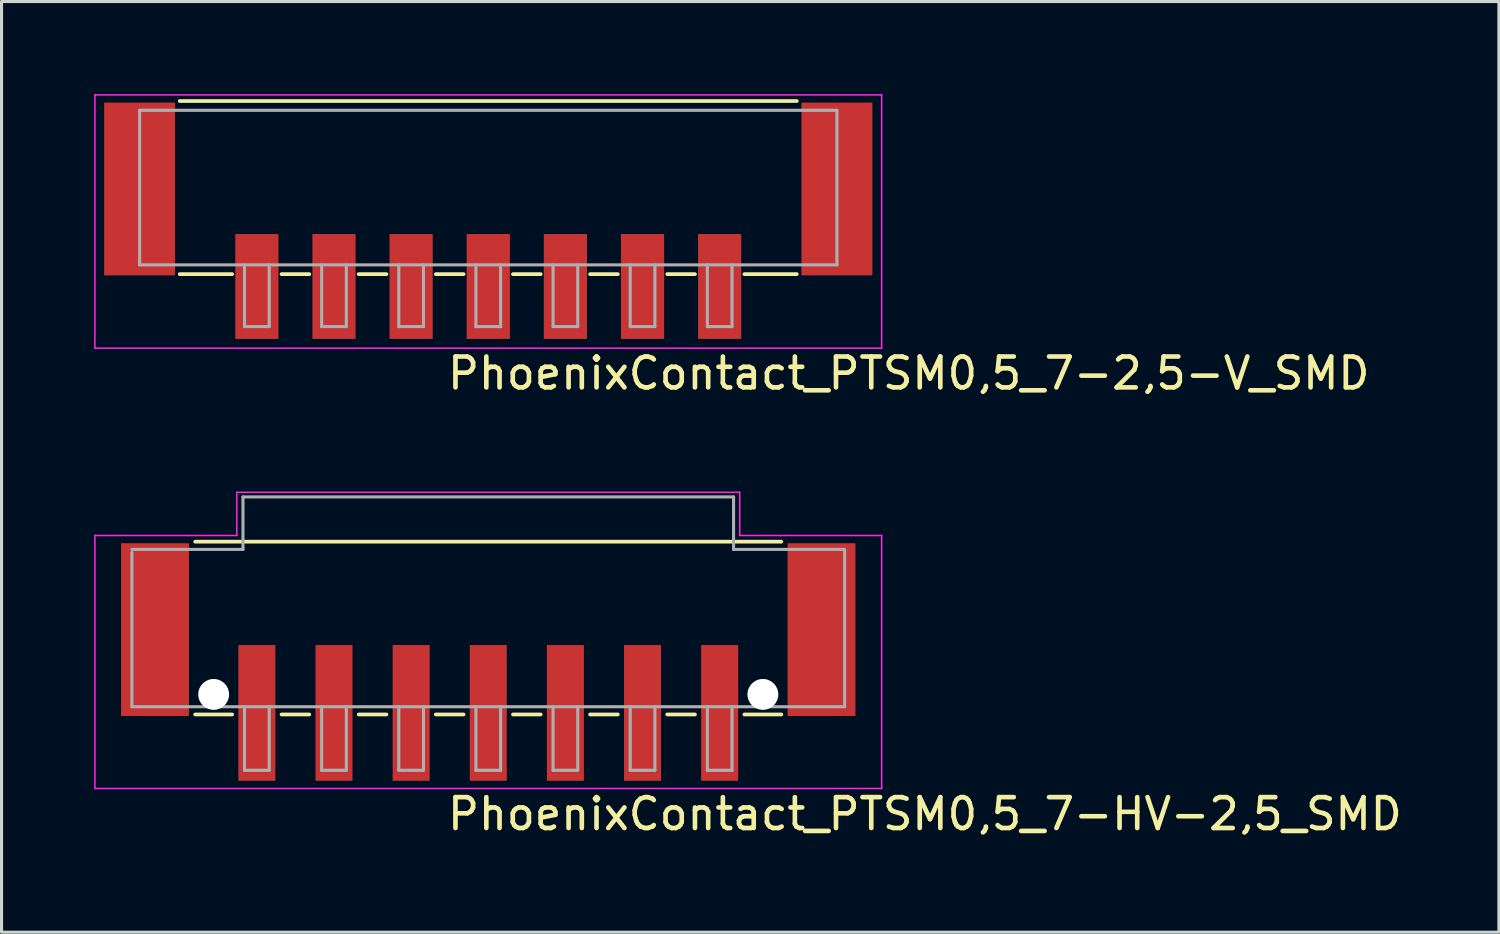
<source format=kicad_pcb>
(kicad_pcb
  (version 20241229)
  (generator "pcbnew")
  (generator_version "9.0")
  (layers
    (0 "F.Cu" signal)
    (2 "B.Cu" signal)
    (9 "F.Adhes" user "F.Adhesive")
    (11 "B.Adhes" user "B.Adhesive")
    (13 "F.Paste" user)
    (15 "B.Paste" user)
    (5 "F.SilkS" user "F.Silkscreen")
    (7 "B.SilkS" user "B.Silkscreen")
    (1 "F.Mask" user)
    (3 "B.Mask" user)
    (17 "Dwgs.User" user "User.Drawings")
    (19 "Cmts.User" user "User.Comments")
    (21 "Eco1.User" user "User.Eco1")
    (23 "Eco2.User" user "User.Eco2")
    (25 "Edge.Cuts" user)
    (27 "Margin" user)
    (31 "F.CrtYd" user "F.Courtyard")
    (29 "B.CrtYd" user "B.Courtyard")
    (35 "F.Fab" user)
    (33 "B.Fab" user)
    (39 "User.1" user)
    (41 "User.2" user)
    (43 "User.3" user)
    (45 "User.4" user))
  (footprint "PhoenixContact_PTSM0,5_7-2,5-V_SMD"
    (layer "F.Cu")
    (at 12.775 4.655)
    (property "Reference" "PhoenixContact_PTSM0,5_7-2,5-V_SMD" (at -1.4 4.98 0) (layer "F.SilkS") (effects (font (size 1 1) (thickness 0.15)) (justify left bottom)))
    (attr smd)
    (fp_line (start -10 -4.43) (end 10 -4.43) (stroke (width 0.12) (type solid)) (layer "F.SilkS"))
    (fp_line (start -8.3 1.18) (end -10 1.18) (stroke (width 0.12) (type solid)) (layer "F.SilkS"))
    (fp_line (start -5.8 1.18) (end -6.7 1.18) (stroke (width 0.12) (type solid)) (layer "F.SilkS"))
    (fp_line (start -3.3 1.18) (end -4.2 1.18) (stroke (width 0.12) (type solid)) (layer "F.SilkS"))
    (fp_line (start -0.8 1.18) (end -1.7 1.18) (stroke (width 0.12) (type solid)) (layer "F.SilkS"))
    (fp_line (start 1.7 1.18) (end 0.8 1.18) (stroke (width 0.12) (type solid)) (layer "F.SilkS"))
    (fp_line (start 4.2 1.18) (end 3.3 1.18) (stroke (width 0.12) (type solid)) (layer "F.SilkS"))
    (fp_line (start 6.7 1.18) (end 5.8 1.18) (stroke (width 0.12) (type solid)) (layer "F.SilkS"))
    (fp_line (start 10 1.18) (end 8.3 1.18) (stroke (width 0.12) (type solid)) (layer "F.SilkS"))
    (fp_line (start -12.75 -4.63) (end 12.75 -4.63) (stroke (width 0.05) (type solid)) (layer "F.CrtYd"))
    (fp_line (start -12.75 3.58) (end -12.75 -4.63) (stroke (width 0.05) (type solid)) (layer "F.CrtYd"))
    (fp_line (start 12.75 -4.63) (end 12.75 3.58) (stroke (width 0.05) (type solid)) (layer "F.CrtYd"))
    (fp_line (start 12.75 3.58) (end -12.75 3.58) (stroke (width 0.05) (type solid)) (layer "F.CrtYd"))
    (fp_line (start -11.3 -4.13) (end 11.3 -4.13) (stroke (width 0.1) (type solid)) (layer "F.Fab"))
    (fp_line (start -11.3 0.88) (end -11.3 -4.13) (stroke (width 0.1) (type solid)) (layer "F.Fab"))
    (fp_line (start -7.9 0.88) (end -7.9 2.88) (stroke (width 0.1) (type solid)) (layer "F.Fab"))
    (fp_line (start -7.9 2.88) (end -7.1 2.88) (stroke (width 0.1) (type solid)) (layer "F.Fab"))
    (fp_line (start -7.1 0.88) (end -7.1 2.88) (stroke (width 0.1) (type solid)) (layer "F.Fab"))
    (fp_line (start -5.4 0.88) (end -5.4 2.88) (stroke (width 0.1) (type solid)) (layer "F.Fab"))
    (fp_line (start -5.4 2.88) (end -4.6 2.88) (stroke (width 0.1) (type solid)) (layer "F.Fab"))
    (fp_line (start -4.6 0.88) (end -4.6 2.88) (stroke (width 0.1) (type solid)) (layer "F.Fab"))
    (fp_line (start -2.9 0.88) (end -2.9 2.88) (stroke (width 0.1) (type solid)) (layer "F.Fab"))
    (fp_line (start -2.9 2.88) (end -2.1 2.88) (stroke (width 0.1) (type solid)) (layer "F.Fab"))
    (fp_line (start -2.1 0.88) (end -2.1 2.88) (stroke (width 0.1) (type solid)) (layer "F.Fab"))
    (fp_line (start -0.4 0.88) (end -0.4 2.88) (stroke (width 0.1) (type solid)) (layer "F.Fab"))
    (fp_line (start -0.4 2.88) (end 0.4 2.88) (stroke (width 0.1) (type solid)) (layer "F.Fab"))
    (fp_line (start 0.4 0.88) (end 0.4 2.88) (stroke (width 0.1) (type solid)) (layer "F.Fab"))
    (fp_line (start 2.1 0.88) (end 2.1 2.88) (stroke (width 0.1) (type solid)) (layer "F.Fab"))
    (fp_line (start 2.1 2.88) (end 2.9 2.88) (stroke (width 0.1) (type solid)) (layer "F.Fab"))
    (fp_line (start 2.9 0.88) (end 2.9 2.88) (stroke (width 0.1) (type solid)) (layer "F.Fab"))
    (fp_line (start 4.6 0.88) (end 4.6 2.88) (stroke (width 0.1) (type solid)) (layer "F.Fab"))
    (fp_line (start 4.6 2.88) (end 5.4 2.88) (stroke (width 0.1) (type solid)) (layer "F.Fab"))
    (fp_line (start 5.4 0.88) (end 5.4 2.88) (stroke (width 0.1) (type solid)) (layer "F.Fab"))
    (fp_line (start 7.1 0.88) (end 7.1 2.88) (stroke (width 0.1) (type solid)) (layer "F.Fab"))
    (fp_line (start 7.1 2.88) (end 7.9 2.88) (stroke (width 0.1) (type solid)) (layer "F.Fab"))
    (fp_line (start 7.9 0.88) (end 7.9 2.88) (stroke (width 0.1) (type solid)) (layer "F.Fab"))
    (fp_line (start 11.3 0.88) (end -11.3 0.88) (stroke (width 0.1) (type solid)) (layer "F.Fab"))
    (fp_line (start 11.3 0.88) (end 11.3 -4.13) (stroke (width 0.1) (type solid)) (layer "F.Fab"))
    (pad "" smd rect (at -11.3 -1.58 180) (size 2.3 5.6) (layers "F.Cu" "F.Mask" "F.Paste"))
    (pad "" smd rect (at 11.3 -1.58 180) (size 2.3 5.6) (layers "F.Cu" "F.Mask" "F.Paste"))
    (pad "1" smd rect (at -7.5 1.58 180) (size 1.4 3.4) (layers "F.Cu" "F.Mask" "F.Paste"))
    (pad "2" smd rect (at -5 1.58 180) (size 1.4 3.4) (layers "F.Cu" "F.Mask" "F.Paste"))
    (pad "3" smd rect (at -2.5 1.58 180) (size 1.4 3.4) (layers "F.Cu" "F.Mask" "F.Paste"))
    (pad "4" smd rect (at 0 1.58 180) (size 1.4 3.4) (layers "F.Cu" "F.Mask" "F.Paste"))
    (pad "5" smd rect (at 2.5 1.58 180) (size 1.4 3.4) (layers "F.Cu" "F.Mask" "F.Paste"))
    (pad "6" smd rect (at 5 1.58 180) (size 1.4 3.4) (layers "F.Cu" "F.Mask" "F.Paste"))
    (pad "7" smd rect (at 7.5 1.58 180) (size 1.4 3.4) (layers "F.Cu" "F.Mask" "F.Paste")))
  (footprint "PhoenixContact_PTSM0,5_7-HV-2,5_SMD"
    (layer "F.Cu")
    (at 12.775 18.706)
    (property "Reference" "PhoenixContact_PTSM0,5_7-HV-2,5_SMD" (at -1.4 5.21 0) (layer "F.SilkS") (effects (font (size 1 1) (thickness 0.15)) (justify left bottom)))
    (attr smd)
    (fp_line (start -9.5 -4.2) (end 9.5 -4.2) (stroke (width 0.12) (type solid)) (layer "F.SilkS"))
    (fp_line (start -8.3 1.4) (end -9.5 1.4) (stroke (width 0.12) (type solid)) (layer "F.SilkS"))
    (fp_line (start -5.8 1.4) (end -6.7 1.4) (stroke (width 0.12) (type solid)) (layer "F.SilkS"))
    (fp_line (start -3.3 1.4) (end -4.2 1.4) (stroke (width 0.12) (type solid)) (layer "F.SilkS"))
    (fp_line (start -0.8 1.4) (end -1.7 1.4) (stroke (width 0.12) (type solid)) (layer "F.SilkS"))
    (fp_line (start 1.7 1.4) (end 0.8 1.4) (stroke (width 0.12) (type solid)) (layer "F.SilkS"))
    (fp_line (start 4.2 1.4) (end 3.3 1.4) (stroke (width 0.12) (type solid)) (layer "F.SilkS"))
    (fp_line (start 6.7 1.4) (end 5.8 1.4) (stroke (width 0.12) (type solid)) (layer "F.SilkS"))
    (fp_line (start 9.5 1.4) (end 8.3 1.4) (stroke (width 0.12) (type solid)) (layer "F.SilkS"))
    (fp_line (start -12.75 -4.4) (end -8.15 -4.4) (stroke (width 0.05) (type solid)) (layer "F.CrtYd"))
    (fp_line (start -12.75 3.8) (end -12.75 -4.4) (stroke (width 0.05) (type solid)) (layer "F.CrtYd"))
    (fp_line (start -8.15 -5.8) (end 8.15 -5.8) (stroke (width 0.05) (type solid)) (layer "F.CrtYd"))
    (fp_line (start -8.15 -4.4) (end -8.15 -5.8) (stroke (width 0.05) (type solid)) (layer "F.CrtYd"))
    (fp_line (start 8.15 -4.4) (end 8.15 -5.8) (stroke (width 0.05) (type solid)) (layer "F.CrtYd"))
    (fp_line (start 12.75 -4.4) (end 8.15 -4.4) (stroke (width 0.05) (type solid)) (layer "F.CrtYd"))
    (fp_line (start 12.75 -4.4) (end 12.75 3.8) (stroke (width 0.05) (type solid)) (layer "F.CrtYd"))
    (fp_line (start 12.75 3.8) (end -12.75 3.8) (stroke (width 0.05) (type solid)) (layer "F.CrtYd"))
    (fp_line (start -11.55 -3.95) (end -7.95 -3.95) (stroke (width 0.1) (type solid)) (layer "F.Fab"))
    (fp_line (start -11.55 1.15) (end -11.55 -3.85) (stroke (width 0.1) (type solid)) (layer "F.Fab"))
    (fp_line (start -7.95 -5.65) (end 7.95 -5.65) (stroke (width 0.1) (type solid)) (layer "F.Fab"))
    (fp_line (start -7.95 -3.95) (end -7.95 -5.65) (stroke (width 0.1) (type solid)) (layer "F.Fab"))
    (fp_line (start -7.9 1.15) (end -7.9 3.21) (stroke (width 0.1) (type solid)) (layer "F.Fab"))
    (fp_line (start -7.9 3.21) (end -7.1 3.21) (stroke (width 0.1) (type solid)) (layer "F.Fab"))
    (fp_line (start -7.1 1.15) (end -7.1 3.21) (stroke (width 0.1) (type solid)) (layer "F.Fab"))
    (fp_line (start -5.4 1.15) (end -5.4 3.21) (stroke (width 0.1) (type solid)) (layer "F.Fab"))
    (fp_line (start -5.4 3.21) (end -4.6 3.21) (stroke (width 0.1) (type solid)) (layer "F.Fab"))
    (fp_line (start -4.6 1.15) (end -4.6 3.21) (stroke (width 0.1) (type solid)) (layer "F.Fab"))
    (fp_line (start -2.9 1.15) (end -2.9 3.21) (stroke (width 0.1) (type solid)) (layer "F.Fab"))
    (fp_line (start -2.9 3.21) (end -2.1 3.21) (stroke (width 0.1) (type solid)) (layer "F.Fab"))
    (fp_line (start -2.1 1.15) (end -2.1 3.21) (stroke (width 0.1) (type solid)) (layer "F.Fab"))
    (fp_line (start -0.4 1.15) (end -0.4 3.21) (stroke (width 0.1) (type solid)) (layer "F.Fab"))
    (fp_line (start -0.4 3.21) (end 0.4 3.21) (stroke (width 0.1) (type solid)) (layer "F.Fab"))
    (fp_line (start 0.4 1.15) (end 0.4 3.21) (stroke (width 0.1) (type solid)) (layer "F.Fab"))
    (fp_line (start 2.1 1.15) (end 2.1 3.21) (stroke (width 0.1) (type solid)) (layer "F.Fab"))
    (fp_line (start 2.1 3.21) (end 2.9 3.21) (stroke (width 0.1) (type solid)) (layer "F.Fab"))
    (fp_line (start 2.9 1.15) (end 2.9 3.21) (stroke (width 0.1) (type solid)) (layer "F.Fab"))
    (fp_line (start 4.6 1.15) (end 4.6 3.21) (stroke (width 0.1) (type solid)) (layer "F.Fab"))
    (fp_line (start 4.6 3.21) (end 5.4 3.21) (stroke (width 0.1) (type solid)) (layer "F.Fab"))
    (fp_line (start 5.4 1.15) (end 5.4 3.21) (stroke (width 0.1) (type solid)) (layer "F.Fab"))
    (fp_line (start 7.1 1.15) (end 7.1 3.21) (stroke (width 0.1) (type solid)) (layer "F.Fab"))
    (fp_line (start 7.1 3.21) (end 7.9 3.21) (stroke (width 0.1) (type solid)) (layer "F.Fab"))
    (fp_line (start 7.9 1.15) (end 7.9 3.21) (stroke (width 0.1) (type solid)) (layer "F.Fab"))
    (fp_line (start 7.95 -5.65) (end 7.95 -3.95) (stroke (width 0.1) (type solid)) (layer "F.Fab"))
    (fp_line (start 7.95 -3.95) (end 11.55 -3.95) (stroke (width 0.1) (type solid)) (layer "F.Fab"))
    (fp_line (start 11.55 1.15) (end -11.55 1.15) (stroke (width 0.1) (type solid)) (layer "F.Fab"))
    (fp_line (start 11.55 1.15) (end 11.55 -3.9) (stroke (width 0.1) (type solid)) (layer "F.Fab"))
    (pad "" smd rect (at -10.8 -1.35 180) (size 2.2 5.6) (layers "F.Cu" "F.Mask" "F.Paste"))
    (pad "" np_thru_hole circle (at -8.9 0.75) (size 1 1) (drill 1) (layers "*.Cu" "*.Mask"))
    (pad "" np_thru_hole circle (at 8.9 0.75) (size 1 1) (drill 1) (layers "*.Cu" "*.Mask"))
    (pad "" smd rect (at 10.8 -1.35 180) (size 2.2 5.6) (layers "F.Cu" "F.Mask" "F.Paste"))
    (pad "1" smd rect (at -7.5 1.35 180) (size 1.2 4.4) (layers "F.Cu" "F.Mask" "F.Paste"))
    (pad "2" smd rect (at -5 1.35 180) (size 1.2 4.4) (layers "F.Cu" "F.Mask" "F.Paste"))
    (pad "3" smd rect (at -2.5 1.35 180) (size 1.2 4.4) (layers "F.Cu" "F.Mask" "F.Paste"))
    (pad "4" smd rect (at 0 1.35 180) (size 1.2 4.4) (layers "F.Cu" "F.Mask" "F.Paste"))
    (pad "5" smd rect (at 2.5 1.35 180) (size 1.2 4.4) (layers "F.Cu" "F.Mask" "F.Paste"))
    (pad "6" smd rect (at 5 1.35 180) (size 1.2 4.4) (layers "F.Cu" "F.Mask" "F.Paste"))
    (pad "7" smd rect (at 7.5 1.35 180) (size 1.2 4.4) (layers "F.Cu" "F.Mask" "F.Paste")))
  (gr_rect
    (start -3 -3)
    (end 45.53 27.163)
    (stroke (width 0.1) (type default))
    (fill no)
    (layer "Edge.Cuts")))
</source>
